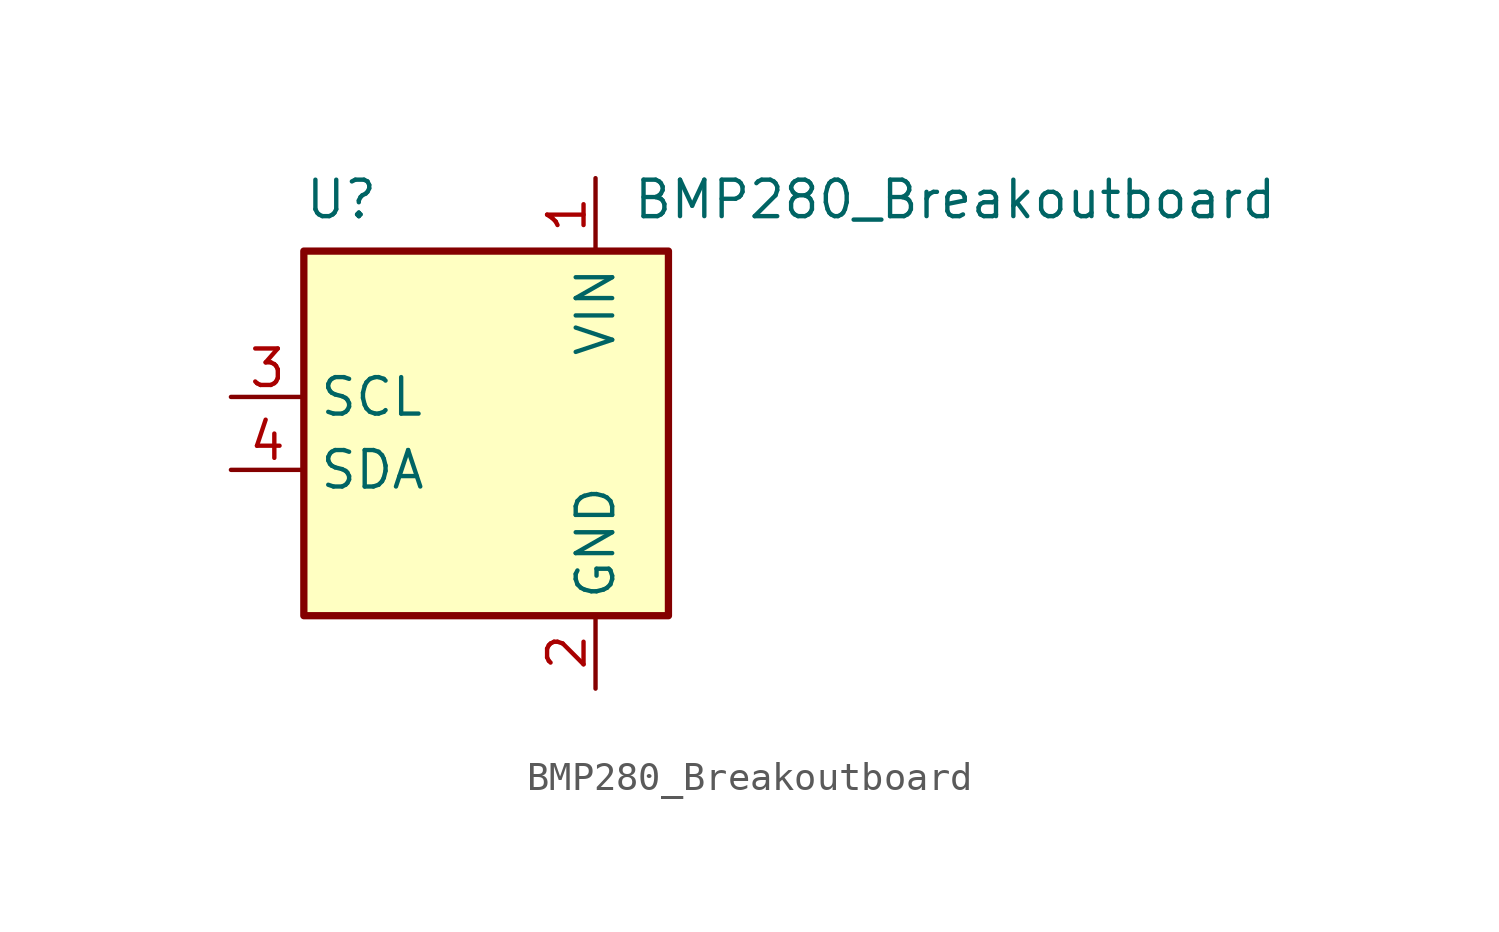
<source format=kicad_sym>
(kicad_symbol_lib
  (version 20211014)
  (generator kicad_symbol_editor)
  (symbol "BMP280_Breakoutboard"
    (property "Reference" "U"
      (at -6.35 8.89 0)
      (effects (font (size 1.27 1.27)) (justify left top)))
    (property "Value" "BMP280_Breakoutboard"
      (at 5.08 8.89 0)
      (effects (font (size 1.27 1.27)) (justify left top)))
    (symbol "BMP280_Breakoutboard_0_1"
      (rectangle (start -6.35 -6.35) (end 6.35 6.35) (stroke (width 0.254) (type default) (color 0 0 0 0)) (fill (type background))))
    (symbol "BMP280_Breakoutboard_1_1"
      (pin power_in line (at 3.81 8.89 270) (length 2.54) (name "VIN" (effects (font (size 1.27 1.27)))) (number "1" (effects (font (size 1.27 1.27)))))
      (pin power_in line (at 3.81 -8.89 90) (length 2.54) (name "GND" (effects (font (size 1.27 1.27)))) (number "2" (effects (font (size 1.27 1.27)))))
      (pin input line (at -8.89 1.27 0) (length 2.54) (name "SCL" (effects (font (size 1.27 1.27)))) (number "3" (effects (font (size 1.27 1.27)))))
      (pin bidirectional line (at -8.89 -1.27 0) (length 2.54) (name "SDA" (effects (font (size 1.27 1.27)))) (number "4" (effects (font (size 1.27 1.27))))))))
</source>
